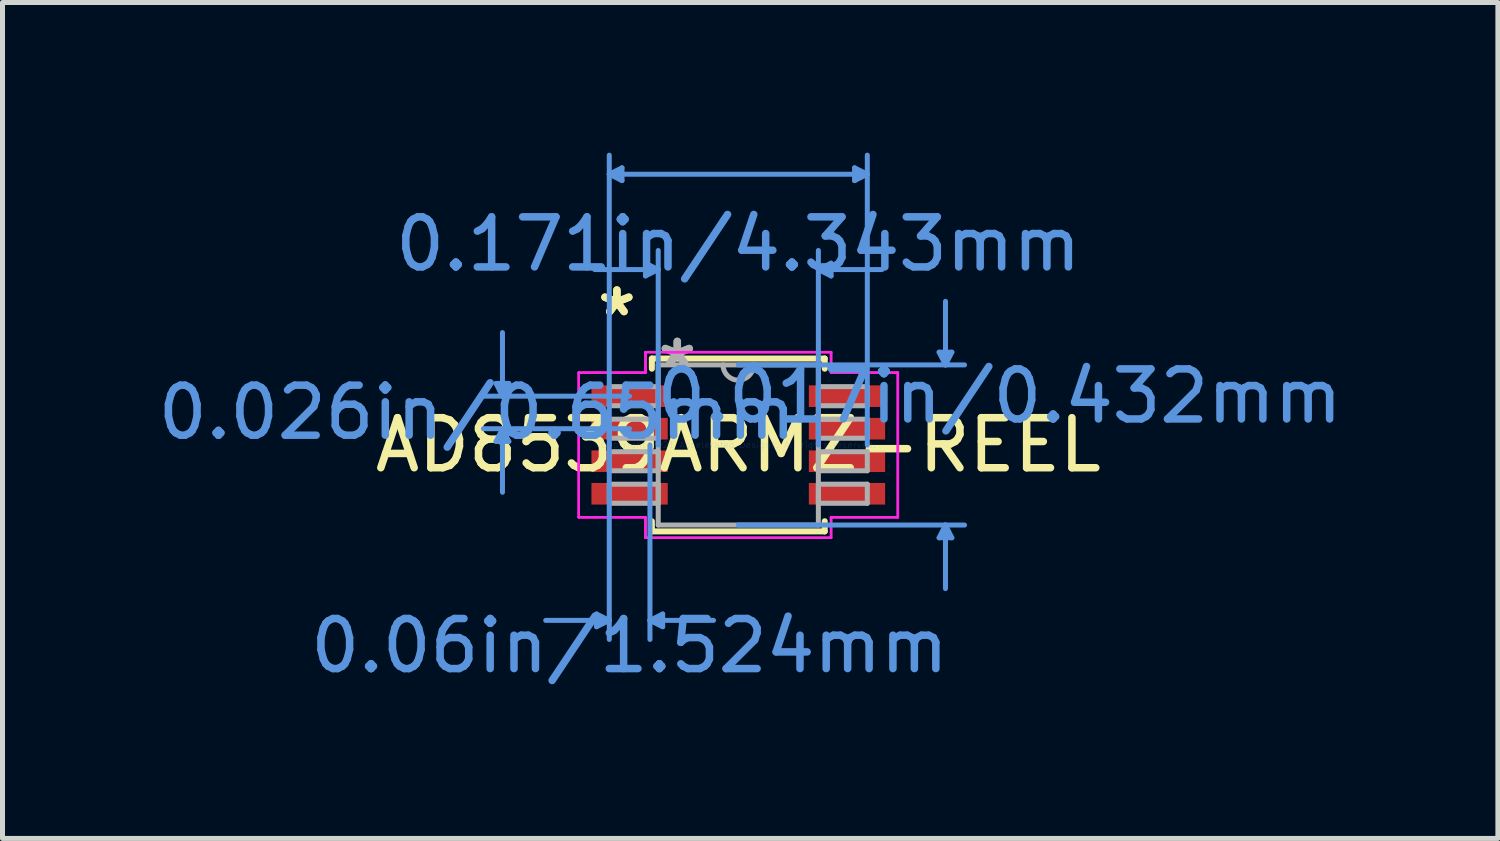
<source format=kicad_pcb>
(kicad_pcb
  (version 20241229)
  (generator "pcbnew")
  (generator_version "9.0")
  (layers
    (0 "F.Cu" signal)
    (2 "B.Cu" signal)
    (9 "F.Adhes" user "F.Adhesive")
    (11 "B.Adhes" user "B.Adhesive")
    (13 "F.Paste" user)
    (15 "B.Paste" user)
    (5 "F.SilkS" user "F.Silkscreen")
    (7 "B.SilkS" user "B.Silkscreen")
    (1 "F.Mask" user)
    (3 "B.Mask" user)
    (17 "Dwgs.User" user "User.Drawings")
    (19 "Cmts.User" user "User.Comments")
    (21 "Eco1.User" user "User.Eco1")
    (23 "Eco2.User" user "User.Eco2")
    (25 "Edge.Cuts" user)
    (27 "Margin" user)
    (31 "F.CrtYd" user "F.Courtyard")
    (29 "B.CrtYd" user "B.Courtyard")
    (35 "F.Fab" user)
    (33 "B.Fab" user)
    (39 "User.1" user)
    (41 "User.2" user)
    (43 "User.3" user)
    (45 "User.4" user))
  (footprint "AD8539ARMZ-REEL"
    (layer "F.Cu")
    (at 11.702 5.841)
    (property "Reference" "AD8539ARMZ-REEL" (at 0 0 0) (layer "F.SilkS") (effects (font (size 1 1) (thickness 0.15))))
    (attr through_hole)
    (fp_line (start -1.727 -1.727) (end -1.727 -1.524) (stroke (width 0.12) (type solid)) (layer "F.SilkS"))
    (fp_line (start -1.727 1.524) (end -1.727 1.727) (stroke (width 0.12) (type solid)) (layer "F.SilkS"))
    (fp_line (start -1.727 1.727) (end 1.727 1.727) (stroke (width 0.12) (type solid)) (layer "F.SilkS"))
    (fp_line (start 1.727 -1.727) (end -1.727 -1.727) (stroke (width 0.12) (type solid)) (layer "F.SilkS"))
    (fp_line (start 1.727 -1.524) (end 1.727 -1.727) (stroke (width 0.12) (type solid)) (layer "F.SilkS"))
    (fp_line (start 1.727 1.727) (end 1.727 1.524) (stroke (width 0.12) (type solid)) (layer "F.SilkS"))
    (fp_line (start -4.839 -1.229) (end -4.585 -1.229) (stroke (width 0.1) (type solid)) (layer "Cmts.User"))
    (fp_line (start -4.839 -0.071) (end -4.585 -0.071) (stroke (width 0.1) (type solid)) (layer "Cmts.User"))
    (fp_line (start -4.712 -0.975) (end -4.839 -1.229) (stroke (width 0.1) (type solid)) (layer "Cmts.User"))
    (fp_line (start -4.712 -0.975) (end -4.712 -2.245) (stroke (width 0.1) (type solid)) (layer "Cmts.User"))
    (fp_line (start -4.712 -0.975) (end -4.585 -1.229) (stroke (width 0.1) (type solid)) (layer "Cmts.User"))
    (fp_line (start -4.712 -0.325) (end -4.839 -0.071) (stroke (width 0.1) (type solid)) (layer "Cmts.User"))
    (fp_line (start -4.712 -0.325) (end -4.712 0.945) (stroke (width 0.1) (type solid)) (layer "Cmts.User"))
    (fp_line (start -4.712 -0.325) (end -4.585 -0.071) (stroke (width 0.1) (type solid)) (layer "Cmts.User"))
    (fp_line (start -2.832 3.378) (end -2.832 3.632) (stroke (width 0.1) (type solid)) (layer "Cmts.User"))
    (fp_line (start -2.578 -5.41) (end -2.324 -5.537) (stroke (width 0.1) (type solid)) (layer "Cmts.User"))
    (fp_line (start -2.578 -5.41) (end -2.324 -5.283) (stroke (width 0.1) (type solid)) (layer "Cmts.User"))
    (fp_line (start -2.578 -5.41) (end 2.578 -5.41) (stroke (width 0.1) (type solid)) (layer "Cmts.User"))
    (fp_line (start -2.578 0) (end -2.578 -5.791) (stroke (width 0.1) (type solid)) (layer "Cmts.User"))
    (fp_line (start -2.578 0) (end -2.578 3.886) (stroke (width 0.1) (type solid)) (layer "Cmts.User"))
    (fp_line (start -2.578 3.505) (end -3.848 3.505) (stroke (width 0.1) (type solid)) (layer "Cmts.User"))
    (fp_line (start -2.578 3.505) (end -2.832 3.378) (stroke (width 0.1) (type solid)) (layer "Cmts.User"))
    (fp_line (start -2.578 3.505) (end -2.832 3.632) (stroke (width 0.1) (type solid)) (layer "Cmts.User"))
    (fp_line (start -2.324 -5.537) (end -2.324 -5.283) (stroke (width 0.1) (type solid)) (layer "Cmts.User"))
    (fp_line (start -2.172 -0.975) (end -5.093 -0.975) (stroke (width 0.1) (type solid)) (layer "Cmts.User"))
    (fp_line (start -2.172 -0.325) (end -5.093 -0.325) (stroke (width 0.1) (type solid)) (layer "Cmts.User"))
    (fp_line (start -1.854 -3.632) (end -1.854 -3.378) (stroke (width 0.1) (type solid)) (layer "Cmts.User"))
    (fp_line (start -1.765 0) (end -1.765 3.886) (stroke (width 0.1) (type solid)) (layer "Cmts.User"))
    (fp_line (start -1.765 3.505) (end -1.511 3.378) (stroke (width 0.1) (type solid)) (layer "Cmts.User"))
    (fp_line (start -1.765 3.505) (end -1.511 3.632) (stroke (width 0.1) (type solid)) (layer "Cmts.User"))
    (fp_line (start -1.765 3.505) (end -0.495 3.505) (stroke (width 0.1) (type solid)) (layer "Cmts.User"))
    (fp_line (start -1.6 -3.505) (end -2.87 -3.505) (stroke (width 0.1) (type solid)) (layer "Cmts.User"))
    (fp_line (start -1.6 -3.505) (end -1.854 -3.632) (stroke (width 0.1) (type solid)) (layer "Cmts.User"))
    (fp_line (start -1.6 -3.505) (end -1.854 -3.378) (stroke (width 0.1) (type solid)) (layer "Cmts.User"))
    (fp_line (start -1.6 0) (end -1.6 -3.886) (stroke (width 0.1) (type solid)) (layer "Cmts.User"))
    (fp_line (start -1.511 3.378) (end -1.511 3.632) (stroke (width 0.1) (type solid)) (layer "Cmts.User"))
    (fp_line (start 0 -1.6) (end 4.521 -1.6) (stroke (width 0.1) (type solid)) (layer "Cmts.User"))
    (fp_line (start 0 1.6) (end 4.521 1.6) (stroke (width 0.1) (type solid)) (layer "Cmts.User"))
    (fp_line (start 1.6 -3.505) (end 1.854 -3.632) (stroke (width 0.1) (type solid)) (layer "Cmts.User"))
    (fp_line (start 1.6 -3.505) (end 1.854 -3.378) (stroke (width 0.1) (type solid)) (layer "Cmts.User"))
    (fp_line (start 1.6 -3.505) (end 2.87 -3.505) (stroke (width 0.1) (type solid)) (layer "Cmts.User"))
    (fp_line (start 1.6 0) (end 1.6 -3.886) (stroke (width 0.1) (type solid)) (layer "Cmts.User"))
    (fp_line (start 1.854 -3.632) (end 1.854 -3.378) (stroke (width 0.1) (type solid)) (layer "Cmts.User"))
    (fp_line (start 2.324 -5.537) (end 2.324 -5.283) (stroke (width 0.1) (type solid)) (layer "Cmts.User"))
    (fp_line (start 2.578 -5.41) (end 2.324 -5.537) (stroke (width 0.1) (type solid)) (layer "Cmts.User"))
    (fp_line (start 2.578 -5.41) (end 2.324 -5.283) (stroke (width 0.1) (type solid)) (layer "Cmts.User"))
    (fp_line (start 2.578 0) (end 2.578 -5.791) (stroke (width 0.1) (type solid)) (layer "Cmts.User"))
    (fp_line (start 4.013 -1.854) (end 4.267 -1.854) (stroke (width 0.1) (type solid)) (layer "Cmts.User"))
    (fp_line (start 4.013 1.854) (end 4.267 1.854) (stroke (width 0.1) (type solid)) (layer "Cmts.User"))
    (fp_line (start 4.14 -1.6) (end 4.013 -1.854) (stroke (width 0.1) (type solid)) (layer "Cmts.User"))
    (fp_line (start 4.14 -1.6) (end 4.14 -2.87) (stroke (width 0.1) (type solid)) (layer "Cmts.User"))
    (fp_line (start 4.14 -1.6) (end 4.267 -1.854) (stroke (width 0.1) (type solid)) (layer "Cmts.User"))
    (fp_line (start 4.14 1.6) (end 4.013 1.854) (stroke (width 0.1) (type solid)) (layer "Cmts.User"))
    (fp_line (start 4.14 1.6) (end 4.14 2.87) (stroke (width 0.1) (type solid)) (layer "Cmts.User"))
    (fp_line (start 4.14 1.6) (end 4.267 1.854) (stroke (width 0.1) (type solid)) (layer "Cmts.User"))
    (fp_line (start -3.188 -1.445) (end -1.854 -1.445) (stroke (width 0.05) (type solid)) (layer "F.CrtYd"))
    (fp_line (start -3.188 -1.445) (end -1.854 -1.445) (stroke (width 0.05) (type solid)) (layer "F.CrtYd"))
    (fp_line (start -3.188 1.445) (end -3.188 -1.445) (stroke (width 0.05) (type solid)) (layer "F.CrtYd"))
    (fp_line (start -3.188 1.445) (end -3.188 -1.445) (stroke (width 0.05) (type solid)) (layer "F.CrtYd"))
    (fp_line (start -3.188 1.445) (end -1.854 1.445) (stroke (width 0.05) (type solid)) (layer "F.CrtYd"))
    (fp_line (start -1.854 -1.854) (end 1.854 -1.854) (stroke (width 0.05) (type solid)) (layer "F.CrtYd"))
    (fp_line (start -1.854 -1.854) (end 1.854 -1.854) (stroke (width 0.05) (type solid)) (layer "F.CrtYd"))
    (fp_line (start -1.854 -1.445) (end -1.854 -1.854) (stroke (width 0.05) (type solid)) (layer "F.CrtYd"))
    (fp_line (start -1.854 -1.445) (end -1.854 -1.854) (stroke (width 0.05) (type solid)) (layer "F.CrtYd"))
    (fp_line (start -1.854 1.445) (end -3.188 1.445) (stroke (width 0.05) (type solid)) (layer "F.CrtYd"))
    (fp_line (start -1.854 1.854) (end -1.854 1.445) (stroke (width 0.05) (type solid)) (layer "F.CrtYd"))
    (fp_line (start -1.854 1.854) (end -1.854 1.445) (stroke (width 0.05) (type solid)) (layer "F.CrtYd"))
    (fp_line (start 1.854 -1.854) (end 1.854 -1.445) (stroke (width 0.05) (type solid)) (layer "F.CrtYd"))
    (fp_line (start 1.854 -1.854) (end 1.854 -1.445) (stroke (width 0.05) (type solid)) (layer "F.CrtYd"))
    (fp_line (start 1.854 -1.445) (end 3.188 -1.445) (stroke (width 0.05) (type solid)) (layer "F.CrtYd"))
    (fp_line (start 1.854 1.445) (end 1.854 1.854) (stroke (width 0.05) (type solid)) (layer "F.CrtYd"))
    (fp_line (start 1.854 1.445) (end 1.854 1.854) (stroke (width 0.05) (type solid)) (layer "F.CrtYd"))
    (fp_line (start 1.854 1.854) (end -1.854 1.854) (stroke (width 0.05) (type solid)) (layer "F.CrtYd"))
    (fp_line (start 1.854 1.854) (end -1.854 1.854) (stroke (width 0.05) (type solid)) (layer "F.CrtYd"))
    (fp_line (start 3.188 -1.445) (end 1.854 -1.445) (stroke (width 0.05) (type solid)) (layer "F.CrtYd"))
    (fp_line (start 3.188 -1.445) (end 3.188 1.445) (stroke (width 0.05) (type solid)) (layer "F.CrtYd"))
    (fp_line (start 3.188 -1.445) (end 3.188 1.445) (stroke (width 0.05) (type solid)) (layer "F.CrtYd"))
    (fp_line (start 3.188 1.445) (end 1.854 1.445) (stroke (width 0.05) (type solid)) (layer "F.CrtYd"))
    (fp_line (start 3.188 1.445) (end 1.854 1.445) (stroke (width 0.05) (type solid)) (layer "F.CrtYd"))
    (fp_line (start -2.578 -1.165) (end -2.578 -0.784) (stroke (width 0.1) (type solid)) (layer "F.Fab"))
    (fp_line (start -2.578 -0.784) (end -1.6 -0.784) (stroke (width 0.1) (type solid)) (layer "F.Fab"))
    (fp_line (start -2.578 -0.515) (end -2.578 -0.135) (stroke (width 0.1) (type solid)) (layer "F.Fab"))
    (fp_line (start -2.578 -0.135) (end -1.6 -0.135) (stroke (width 0.1) (type solid)) (layer "F.Fab"))
    (fp_line (start -2.578 0.135) (end -2.578 0.515) (stroke (width 0.1) (type solid)) (layer "F.Fab"))
    (fp_line (start -2.578 0.515) (end -1.6 0.515) (stroke (width 0.1) (type solid)) (layer "F.Fab"))
    (fp_line (start -2.578 0.784) (end -2.578 1.165) (stroke (width 0.1) (type solid)) (layer "F.Fab"))
    (fp_line (start -2.578 1.165) (end -1.6 1.165) (stroke (width 0.1) (type solid)) (layer "F.Fab"))
    (fp_line (start -1.6 -1.6) (end -1.6 1.6) (stroke (width 0.1) (type solid)) (layer "F.Fab"))
    (fp_line (start -1.6 -1.165) (end -2.578 -1.165) (stroke (width 0.1) (type solid)) (layer "F.Fab"))
    (fp_line (start -1.6 -0.784) (end -1.6 -1.165) (stroke (width 0.1) (type solid)) (layer "F.Fab"))
    (fp_line (start -1.6 -0.515) (end -2.578 -0.515) (stroke (width 0.1) (type solid)) (layer "F.Fab"))
    (fp_line (start -1.6 -0.135) (end -1.6 -0.515) (stroke (width 0.1) (type solid)) (layer "F.Fab"))
    (fp_line (start -1.6 0.135) (end -2.578 0.135) (stroke (width 0.1) (type solid)) (layer "F.Fab"))
    (fp_line (start -1.6 0.515) (end -1.6 0.135) (stroke (width 0.1) (type solid)) (layer "F.Fab"))
    (fp_line (start -1.6 0.784) (end -2.578 0.784) (stroke (width 0.1) (type solid)) (layer "F.Fab"))
    (fp_line (start -1.6 1.165) (end -1.6 0.784) (stroke (width 0.1) (type solid)) (layer "F.Fab"))
    (fp_line (start -1.6 1.6) (end 1.6 1.6) (stroke (width 0.1) (type solid)) (layer "F.Fab"))
    (fp_line (start 1.6 -1.6) (end -1.6 -1.6) (stroke (width 0.1) (type solid)) (layer "F.Fab"))
    (fp_line (start 1.6 -1.165) (end 1.6 -0.784) (stroke (width 0.1) (type solid)) (layer "F.Fab"))
    (fp_line (start 1.6 -0.784) (end 2.578 -0.784) (stroke (width 0.1) (type solid)) (layer "F.Fab"))
    (fp_line (start 1.6 -0.515) (end 1.6 -0.135) (stroke (width 0.1) (type solid)) (layer "F.Fab"))
    (fp_line (start 1.6 -0.135) (end 2.578 -0.135) (stroke (width 0.1) (type solid)) (layer "F.Fab"))
    (fp_line (start 1.6 0.135) (end 1.6 0.515) (stroke (width 0.1) (type solid)) (layer "F.Fab"))
    (fp_line (start 1.6 0.515) (end 2.578 0.515) (stroke (width 0.1) (type solid)) (layer "F.Fab"))
    (fp_line (start 1.6 0.784) (end 1.6 1.165) (stroke (width 0.1) (type solid)) (layer "F.Fab"))
    (fp_line (start 1.6 1.165) (end 2.578 1.165) (stroke (width 0.1) (type solid)) (layer "F.Fab"))
    (fp_line (start 1.6 1.6) (end 1.6 -1.6) (stroke (width 0.1) (type solid)) (layer "F.Fab"))
    (fp_line (start 2.578 -1.165) (end 1.6 -1.165) (stroke (width 0.1) (type solid)) (layer "F.Fab"))
    (fp_line (start 2.578 -0.784) (end 2.578 -1.165) (stroke (width 0.1) (type solid)) (layer "F.Fab"))
    (fp_line (start 2.578 -0.515) (end 1.6 -0.515) (stroke (width 0.1) (type solid)) (layer "F.Fab"))
    (fp_line (start 2.578 -0.135) (end 2.578 -0.515) (stroke (width 0.1) (type solid)) (layer "F.Fab"))
    (fp_line (start 2.578 0.135) (end 1.6 0.135) (stroke (width 0.1) (type solid)) (layer "F.Fab"))
    (fp_line (start 2.578 0.515) (end 2.578 0.135) (stroke (width 0.1) (type solid)) (layer "F.Fab"))
    (fp_line (start 2.578 0.784) (end 1.6 0.784) (stroke (width 0.1) (type solid)) (layer "F.Fab"))
    (fp_line (start 2.578 1.165) (end 2.578 0.784) (stroke (width 0.1) (type solid)) (layer "F.Fab"))
    (fp_arc (start 0.3048 -1.6002) (mid 0 -1.2954) (end -0.3048 -1.6002) (stroke (width 0.1) (type solid)) (layer "F.Fab"))
    (fp_text user "*" (at -2.426 -2.55 0) (layer "F.SilkS") (effects (font (size 1 1) (thickness 0.15))))
    (fp_text user "*" (at -2.426 -2.55 0) (layer "F.SilkS") (effects (font (size 1 1) (thickness 0.15))))
    (fp_text user "0.026in/0.65mm" (at -5.22 -0.65 0) (layer "Cmts.User") (effects (font (size 1 1) (thickness 0.15))))
    (fp_text user "0.017in/0.432mm" (at 5.22 -0.975 0) (layer "Cmts.User") (effects (font (size 1 1) (thickness 0.15))))
    (fp_text user "0.171in/4.343mm" (at 0 -4.013 0) (layer "Cmts.User") (effects (font (size 1 1) (thickness 0.15))))
    (fp_text user "0.06in/1.524mm" (at -2.172 4.013 0) (layer "Cmts.User") (effects (font (size 1 1) (thickness 0.15))))
    (fp_text user "Copyright 2021 Accelerated Designs. All rights reserved." (at 0 0 0) (layer "Cmts.User") (effects (font (size 0.127 0.127) (thickness 0.002))))
    (fp_text user "*" (at -1.219 -1.524 0) (layer "F.Fab") (effects (font (size 1 1) (thickness 0.15))))
    (fp_text user "*" (at -1.219 -1.524 0) (layer "F.Fab") (effects (font (size 1 1) (thickness 0.15))))
    (pad "1" smd rect (at -2.172 -0.975) (size 1.524 0.432) (layers "F.Cu" "F.Mask" "F.Paste"))
    (pad "2" smd rect (at -2.172 -0.325) (size 1.524 0.432) (layers "F.Cu" "F.Mask" "F.Paste"))
    (pad "3" smd rect (at -2.172 0.325) (size 1.524 0.432) (layers "F.Cu" "F.Mask" "F.Paste"))
    (pad "4" smd rect (at -2.172 0.975) (size 1.524 0.432) (layers "F.Cu" "F.Mask" "F.Paste"))
    (pad "5" smd rect (at 2.172 0.975) (size 1.524 0.432) (layers "F.Cu" "F.Mask" "F.Paste"))
    (pad "6" smd rect (at 2.172 0.325) (size 1.524 0.432) (layers "F.Cu" "F.Mask" "F.Paste"))
    (pad "7" smd rect (at 2.172 -0.325) (size 1.524 0.432) (layers "F.Cu" "F.Mask" "F.Paste"))
    (pad "8" smd rect (at 2.172 -0.975) (size 1.524 0.432) (layers "F.Cu" "F.Mask" "F.Paste")))
  (gr_rect
    (start -3 -3)
    (end 26.88 13.703)
    (stroke (width 0.1) (type default))
    (fill no)
    (layer "Edge.Cuts")))
</source>
